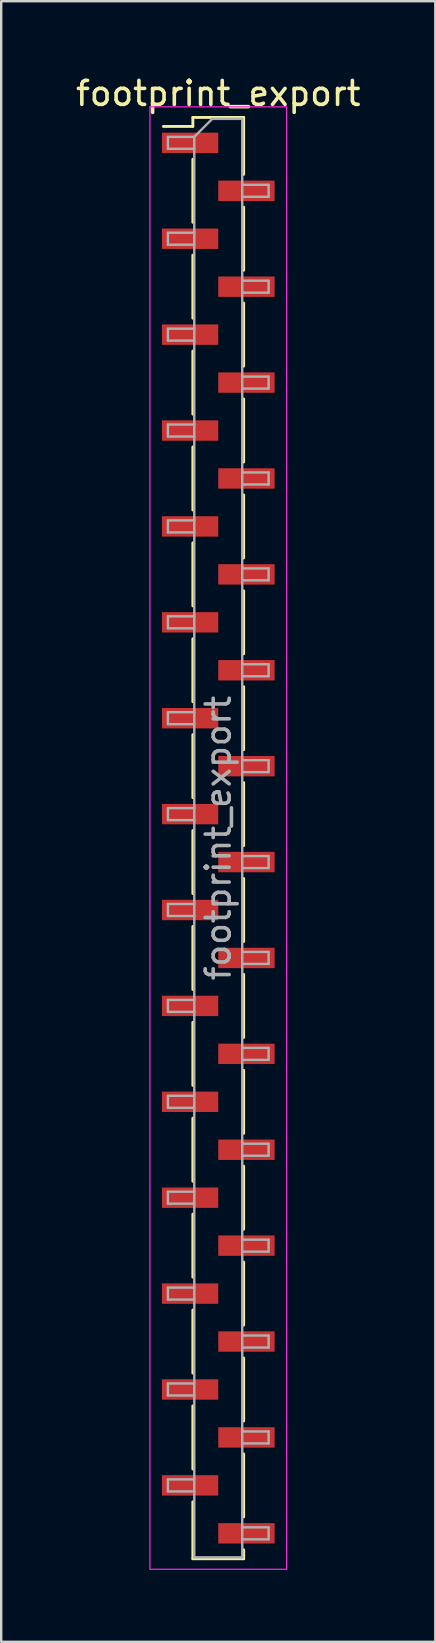
<source format=kicad_pcb>
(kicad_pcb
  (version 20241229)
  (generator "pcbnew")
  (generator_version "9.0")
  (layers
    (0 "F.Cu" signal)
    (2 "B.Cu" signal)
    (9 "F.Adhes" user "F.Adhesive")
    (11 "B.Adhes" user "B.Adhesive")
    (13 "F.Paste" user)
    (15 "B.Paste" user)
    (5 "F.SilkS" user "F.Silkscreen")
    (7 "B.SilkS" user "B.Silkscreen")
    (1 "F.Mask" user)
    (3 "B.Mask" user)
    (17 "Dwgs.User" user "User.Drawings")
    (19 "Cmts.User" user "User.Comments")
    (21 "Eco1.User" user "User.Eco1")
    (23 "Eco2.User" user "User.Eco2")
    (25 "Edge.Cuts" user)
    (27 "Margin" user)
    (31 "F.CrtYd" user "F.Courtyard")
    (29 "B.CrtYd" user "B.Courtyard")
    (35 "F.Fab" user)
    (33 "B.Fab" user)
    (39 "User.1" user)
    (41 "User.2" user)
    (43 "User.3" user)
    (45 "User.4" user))
  (footprint "footprint_export"
    (layer "F.Cu")
    (at 6.054 31.908)
    (property "Reference" "footprint_export" (at 0 -31.06 0) (layer "F.SilkS") (effects (font (size 1 1) (thickness 0.15))))
    (attr smd)
    (fp_line (start -1.06 -30.06) (end -1.06 -29.685) (stroke (width 0.12) (type solid)) (layer "F.SilkS"))
    (fp_line (start -1.06 -30.06) (end 1.06 -30.06) (stroke (width 0.12) (type solid)) (layer "F.SilkS"))
    (fp_line (start -1.06 -29.685) (end -2.29 -29.685) (stroke (width 0.12) (type solid)) (layer "F.SilkS"))
    (fp_line (start -1.06 -28.315) (end -1.06 -25.685) (stroke (width 0.12) (type solid)) (layer "F.SilkS"))
    (fp_line (start -1.06 -24.315) (end -1.06 -21.685) (stroke (width 0.12) (type solid)) (layer "F.SilkS"))
    (fp_line (start -1.06 -20.315) (end -1.06 -17.685) (stroke (width 0.12) (type solid)) (layer "F.SilkS"))
    (fp_line (start -1.06 -16.315) (end -1.06 -13.685) (stroke (width 0.12) (type solid)) (layer "F.SilkS"))
    (fp_line (start -1.06 -12.315) (end -1.06 -9.685) (stroke (width 0.12) (type solid)) (layer "F.SilkS"))
    (fp_line (start -1.06 -8.315) (end -1.06 -5.685) (stroke (width 0.12) (type solid)) (layer "F.SilkS"))
    (fp_line (start -1.06 -4.315) (end -1.06 -1.685) (stroke (width 0.12) (type solid)) (layer "F.SilkS"))
    (fp_line (start -1.06 -0.315) (end -1.06 2.315) (stroke (width 0.12) (type solid)) (layer "F.SilkS"))
    (fp_line (start -1.06 3.685) (end -1.06 6.315) (stroke (width 0.12) (type solid)) (layer "F.SilkS"))
    (fp_line (start -1.06 7.685) (end -1.06 10.315) (stroke (width 0.12) (type solid)) (layer "F.SilkS"))
    (fp_line (start -1.06 11.685) (end -1.06 14.315) (stroke (width 0.12) (type solid)) (layer "F.SilkS"))
    (fp_line (start -1.06 15.685) (end -1.06 18.315) (stroke (width 0.12) (type solid)) (layer "F.SilkS"))
    (fp_line (start -1.06 19.685) (end -1.06 22.315) (stroke (width 0.12) (type solid)) (layer "F.SilkS"))
    (fp_line (start -1.06 23.685) (end -1.06 26.315) (stroke (width 0.12) (type solid)) (layer "F.SilkS"))
    (fp_line (start -1.06 27.685) (end -1.06 30.06) (stroke (width 0.12) (type solid)) (layer "F.SilkS"))
    (fp_line (start -1.06 30.06) (end 1.06 30.06) (stroke (width 0.12) (type solid)) (layer "F.SilkS"))
    (fp_line (start 1.06 -30.06) (end 1.06 -27.685) (stroke (width 0.12) (type solid)) (layer "F.SilkS"))
    (fp_line (start 1.06 -26.315) (end 1.06 -23.685) (stroke (width 0.12) (type solid)) (layer "F.SilkS"))
    (fp_line (start 1.06 -22.315) (end 1.06 -19.685) (stroke (width 0.12) (type solid)) (layer "F.SilkS"))
    (fp_line (start 1.06 -18.315) (end 1.06 -15.685) (stroke (width 0.12) (type solid)) (layer "F.SilkS"))
    (fp_line (start 1.06 -14.315) (end 1.06 -11.685) (stroke (width 0.12) (type solid)) (layer "F.SilkS"))
    (fp_line (start 1.06 -10.315) (end 1.06 -7.685) (stroke (width 0.12) (type solid)) (layer "F.SilkS"))
    (fp_line (start 1.06 -6.315) (end 1.06 -3.685) (stroke (width 0.12) (type solid)) (layer "F.SilkS"))
    (fp_line (start 1.06 -2.315) (end 1.06 0.315) (stroke (width 0.12) (type solid)) (layer "F.SilkS"))
    (fp_line (start 1.06 1.685) (end 1.06 4.315) (stroke (width 0.12) (type solid)) (layer "F.SilkS"))
    (fp_line (start 1.06 5.685) (end 1.06 8.315) (stroke (width 0.12) (type solid)) (layer "F.SilkS"))
    (fp_line (start 1.06 9.685) (end 1.06 12.315) (stroke (width 0.12) (type solid)) (layer "F.SilkS"))
    (fp_line (start 1.06 13.685) (end 1.06 16.315) (stroke (width 0.12) (type solid)) (layer "F.SilkS"))
    (fp_line (start 1.06 17.685) (end 1.06 20.315) (stroke (width 0.12) (type solid)) (layer "F.SilkS"))
    (fp_line (start 1.06 21.685) (end 1.06 24.315) (stroke (width 0.12) (type solid)) (layer "F.SilkS"))
    (fp_line (start 1.06 25.685) (end 1.06 28.315) (stroke (width 0.12) (type solid)) (layer "F.SilkS"))
    (fp_line (start 1.06 29.685) (end 1.06 30.06) (stroke (width 0.12) (type solid)) (layer "F.SilkS"))
    (fp_line (start -2.85 -30.5) (end -2.85 30.5) (stroke (width 0.05) (type solid)) (layer "F.CrtYd"))
    (fp_line (start -2.85 30.5) (end 2.85 30.5) (stroke (width 0.05) (type solid)) (layer "F.CrtYd"))
    (fp_line (start 2.85 -30.5) (end -2.85 -30.5) (stroke (width 0.05) (type solid)) (layer "F.CrtYd"))
    (fp_line (start 2.85 30.5) (end 2.85 -30.5) (stroke (width 0.05) (type solid)) (layer "F.CrtYd"))
    (fp_line (start -2.1 -29.25) (end -2.1 -28.75) (stroke (width 0.1) (type solid)) (layer "F.Fab"))
    (fp_line (start -2.1 -28.75) (end -1 -28.75) (stroke (width 0.1) (type solid)) (layer "F.Fab"))
    (fp_line (start -2.1 -25.25) (end -2.1 -24.75) (stroke (width 0.1) (type solid)) (layer "F.Fab"))
    (fp_line (start -2.1 -24.75) (end -1 -24.75) (stroke (width 0.1) (type solid)) (layer "F.Fab"))
    (fp_line (start -2.1 -21.25) (end -2.1 -20.75) (stroke (width 0.1) (type solid)) (layer "F.Fab"))
    (fp_line (start -2.1 -20.75) (end -1 -20.75) (stroke (width 0.1) (type solid)) (layer "F.Fab"))
    (fp_line (start -2.1 -17.25) (end -2.1 -16.75) (stroke (width 0.1) (type solid)) (layer "F.Fab"))
    (fp_line (start -2.1 -16.75) (end -1 -16.75) (stroke (width 0.1) (type solid)) (layer "F.Fab"))
    (fp_line (start -2.1 -13.25) (end -2.1 -12.75) (stroke (width 0.1) (type solid)) (layer "F.Fab"))
    (fp_line (start -2.1 -12.75) (end -1 -12.75) (stroke (width 0.1) (type solid)) (layer "F.Fab"))
    (fp_line (start -2.1 -9.25) (end -2.1 -8.75) (stroke (width 0.1) (type solid)) (layer "F.Fab"))
    (fp_line (start -2.1 -8.75) (end -1 -8.75) (stroke (width 0.1) (type solid)) (layer "F.Fab"))
    (fp_line (start -2.1 -5.25) (end -2.1 -4.75) (stroke (width 0.1) (type solid)) (layer "F.Fab"))
    (fp_line (start -2.1 -4.75) (end -1 -4.75) (stroke (width 0.1) (type solid)) (layer "F.Fab"))
    (fp_line (start -2.1 -1.25) (end -2.1 -0.75) (stroke (width 0.1) (type solid)) (layer "F.Fab"))
    (fp_line (start -2.1 -0.75) (end -1 -0.75) (stroke (width 0.1) (type solid)) (layer "F.Fab"))
    (fp_line (start -2.1 2.75) (end -2.1 3.25) (stroke (width 0.1) (type solid)) (layer "F.Fab"))
    (fp_line (start -2.1 3.25) (end -1 3.25) (stroke (width 0.1) (type solid)) (layer "F.Fab"))
    (fp_line (start -2.1 6.75) (end -2.1 7.25) (stroke (width 0.1) (type solid)) (layer "F.Fab"))
    (fp_line (start -2.1 7.25) (end -1 7.25) (stroke (width 0.1) (type solid)) (layer "F.Fab"))
    (fp_line (start -2.1 10.75) (end -2.1 11.25) (stroke (width 0.1) (type solid)) (layer "F.Fab"))
    (fp_line (start -2.1 11.25) (end -1 11.25) (stroke (width 0.1) (type solid)) (layer "F.Fab"))
    (fp_line (start -2.1 14.75) (end -2.1 15.25) (stroke (width 0.1) (type solid)) (layer "F.Fab"))
    (fp_line (start -2.1 15.25) (end -1 15.25) (stroke (width 0.1) (type solid)) (layer "F.Fab"))
    (fp_line (start -2.1 18.75) (end -2.1 19.25) (stroke (width 0.1) (type solid)) (layer "F.Fab"))
    (fp_line (start -2.1 19.25) (end -1 19.25) (stroke (width 0.1) (type solid)) (layer "F.Fab"))
    (fp_line (start -2.1 22.75) (end -2.1 23.25) (stroke (width 0.1) (type solid)) (layer "F.Fab"))
    (fp_line (start -2.1 23.25) (end -1 23.25) (stroke (width 0.1) (type solid)) (layer "F.Fab"))
    (fp_line (start -2.1 26.75) (end -2.1 27.25) (stroke (width 0.1) (type solid)) (layer "F.Fab"))
    (fp_line (start -2.1 27.25) (end -1 27.25) (stroke (width 0.1) (type solid)) (layer "F.Fab"))
    (fp_line (start -1 -29.25) (end -2.1 -29.25) (stroke (width 0.1) (type solid)) (layer "F.Fab"))
    (fp_line (start -1 -29.25) (end -0.25 -30) (stroke (width 0.1) (type solid)) (layer "F.Fab"))
    (fp_line (start -1 -25.25) (end -2.1 -25.25) (stroke (width 0.1) (type solid)) (layer "F.Fab"))
    (fp_line (start -1 -21.25) (end -2.1 -21.25) (stroke (width 0.1) (type solid)) (layer "F.Fab"))
    (fp_line (start -1 -17.25) (end -2.1 -17.25) (stroke (width 0.1) (type solid)) (layer "F.Fab"))
    (fp_line (start -1 -13.25) (end -2.1 -13.25) (stroke (width 0.1) (type solid)) (layer "F.Fab"))
    (fp_line (start -1 -9.25) (end -2.1 -9.25) (stroke (width 0.1) (type solid)) (layer "F.Fab"))
    (fp_line (start -1 -5.25) (end -2.1 -5.25) (stroke (width 0.1) (type solid)) (layer "F.Fab"))
    (fp_line (start -1 -1.25) (end -2.1 -1.25) (stroke (width 0.1) (type solid)) (layer "F.Fab"))
    (fp_line (start -1 2.75) (end -2.1 2.75) (stroke (width 0.1) (type solid)) (layer "F.Fab"))
    (fp_line (start -1 6.75) (end -2.1 6.75) (stroke (width 0.1) (type solid)) (layer "F.Fab"))
    (fp_line (start -1 10.75) (end -2.1 10.75) (stroke (width 0.1) (type solid)) (layer "F.Fab"))
    (fp_line (start -1 14.75) (end -2.1 14.75) (stroke (width 0.1) (type solid)) (layer "F.Fab"))
    (fp_line (start -1 18.75) (end -2.1 18.75) (stroke (width 0.1) (type solid)) (layer "F.Fab"))
    (fp_line (start -1 22.75) (end -2.1 22.75) (stroke (width 0.1) (type solid)) (layer "F.Fab"))
    (fp_line (start -1 26.75) (end -2.1 26.75) (stroke (width 0.1) (type solid)) (layer "F.Fab"))
    (fp_line (start -1 30) (end -1 -29.25) (stroke (width 0.1) (type solid)) (layer "F.Fab"))
    (fp_line (start -0.25 -30) (end 1 -30) (stroke (width 0.1) (type solid)) (layer "F.Fab"))
    (fp_line (start 1 -30) (end 1 30) (stroke (width 0.1) (type solid)) (layer "F.Fab"))
    (fp_line (start 1 -27.25) (end 2.1 -27.25) (stroke (width 0.1) (type solid)) (layer "F.Fab"))
    (fp_line (start 1 -23.25) (end 2.1 -23.25) (stroke (width 0.1) (type solid)) (layer "F.Fab"))
    (fp_line (start 1 -19.25) (end 2.1 -19.25) (stroke (width 0.1) (type solid)) (layer "F.Fab"))
    (fp_line (start 1 -15.25) (end 2.1 -15.25) (stroke (width 0.1) (type solid)) (layer "F.Fab"))
    (fp_line (start 1 -11.25) (end 2.1 -11.25) (stroke (width 0.1) (type solid)) (layer "F.Fab"))
    (fp_line (start 1 -7.25) (end 2.1 -7.25) (stroke (width 0.1) (type solid)) (layer "F.Fab"))
    (fp_line (start 1 -3.25) (end 2.1 -3.25) (stroke (width 0.1) (type solid)) (layer "F.Fab"))
    (fp_line (start 1 0.75) (end 2.1 0.75) (stroke (width 0.1) (type solid)) (layer "F.Fab"))
    (fp_line (start 1 4.75) (end 2.1 4.75) (stroke (width 0.1) (type solid)) (layer "F.Fab"))
    (fp_line (start 1 8.75) (end 2.1 8.75) (stroke (width 0.1) (type solid)) (layer "F.Fab"))
    (fp_line (start 1 12.75) (end 2.1 12.75) (stroke (width 0.1) (type solid)) (layer "F.Fab"))
    (fp_line (start 1 16.75) (end 2.1 16.75) (stroke (width 0.1) (type solid)) (layer "F.Fab"))
    (fp_line (start 1 20.75) (end 2.1 20.75) (stroke (width 0.1) (type solid)) (layer "F.Fab"))
    (fp_line (start 1 24.75) (end 2.1 24.75) (stroke (width 0.1) (type solid)) (layer "F.Fab"))
    (fp_line (start 1 28.75) (end 2.1 28.75) (stroke (width 0.1) (type solid)) (layer "F.Fab"))
    (fp_line (start 1 30) (end -1 30) (stroke (width 0.1) (type solid)) (layer "F.Fab"))
    (fp_line (start 2.1 -27.25) (end 2.1 -26.75) (stroke (width 0.1) (type solid)) (layer "F.Fab"))
    (fp_line (start 2.1 -26.75) (end 1 -26.75) (stroke (width 0.1) (type solid)) (layer "F.Fab"))
    (fp_line (start 2.1 -23.25) (end 2.1 -22.75) (stroke (width 0.1) (type solid)) (layer "F.Fab"))
    (fp_line (start 2.1 -22.75) (end 1 -22.75) (stroke (width 0.1) (type solid)) (layer "F.Fab"))
    (fp_line (start 2.1 -19.25) (end 2.1 -18.75) (stroke (width 0.1) (type solid)) (layer "F.Fab"))
    (fp_line (start 2.1 -18.75) (end 1 -18.75) (stroke (width 0.1) (type solid)) (layer "F.Fab"))
    (fp_line (start 2.1 -15.25) (end 2.1 -14.75) (stroke (width 0.1) (type solid)) (layer "F.Fab"))
    (fp_line (start 2.1 -14.75) (end 1 -14.75) (stroke (width 0.1) (type solid)) (layer "F.Fab"))
    (fp_line (start 2.1 -11.25) (end 2.1 -10.75) (stroke (width 0.1) (type solid)) (layer "F.Fab"))
    (fp_line (start 2.1 -10.75) (end 1 -10.75) (stroke (width 0.1) (type solid)) (layer "F.Fab"))
    (fp_line (start 2.1 -7.25) (end 2.1 -6.75) (stroke (width 0.1) (type solid)) (layer "F.Fab"))
    (fp_line (start 2.1 -6.75) (end 1 -6.75) (stroke (width 0.1) (type solid)) (layer "F.Fab"))
    (fp_line (start 2.1 -3.25) (end 2.1 -2.75) (stroke (width 0.1) (type solid)) (layer "F.Fab"))
    (fp_line (start 2.1 -2.75) (end 1 -2.75) (stroke (width 0.1) (type solid)) (layer "F.Fab"))
    (fp_line (start 2.1 0.75) (end 2.1 1.25) (stroke (width 0.1) (type solid)) (layer "F.Fab"))
    (fp_line (start 2.1 1.25) (end 1 1.25) (stroke (width 0.1) (type solid)) (layer "F.Fab"))
    (fp_line (start 2.1 4.75) (end 2.1 5.25) (stroke (width 0.1) (type solid)) (layer "F.Fab"))
    (fp_line (start 2.1 5.25) (end 1 5.25) (stroke (width 0.1) (type solid)) (layer "F.Fab"))
    (fp_line (start 2.1 8.75) (end 2.1 9.25) (stroke (width 0.1) (type solid)) (layer "F.Fab"))
    (fp_line (start 2.1 9.25) (end 1 9.25) (stroke (width 0.1) (type solid)) (layer "F.Fab"))
    (fp_line (start 2.1 12.75) (end 2.1 13.25) (stroke (width 0.1) (type solid)) (layer "F.Fab"))
    (fp_line (start 2.1 13.25) (end 1 13.25) (stroke (width 0.1) (type solid)) (layer "F.Fab"))
    (fp_line (start 2.1 16.75) (end 2.1 17.25) (stroke (width 0.1) (type solid)) (layer "F.Fab"))
    (fp_line (start 2.1 17.25) (end 1 17.25) (stroke (width 0.1) (type solid)) (layer "F.Fab"))
    (fp_line (start 2.1 20.75) (end 2.1 21.25) (stroke (width 0.1) (type solid)) (layer "F.Fab"))
    (fp_line (start 2.1 21.25) (end 1 21.25) (stroke (width 0.1) (type solid)) (layer "F.Fab"))
    (fp_line (start 2.1 24.75) (end 2.1 25.25) (stroke (width 0.1) (type solid)) (layer "F.Fab"))
    (fp_line (start 2.1 25.25) (end 1 25.25) (stroke (width 0.1) (type solid)) (layer "F.Fab"))
    (fp_line (start 2.1 28.75) (end 2.1 29.25) (stroke (width 0.1) (type solid)) (layer "F.Fab"))
    (fp_line (start 2.1 29.25) (end 1 29.25) (stroke (width 0.1) (type solid)) (layer "F.Fab"))
    (fp_text user "${REFERENCE}" (at 0 0 90) (layer "F.Fab") (effects (font (size 1 1) (thickness 0.15))))
    (pad "1" smd rect (at -1.175 -29) (size 2.35 0.85) (layers "F.Cu" "F.Mask" "F.Paste"))
    (pad "2" smd rect (at 1.175 -27) (size 2.35 0.85) (layers "F.Cu" "F.Mask" "F.Paste"))
    (pad "3" smd rect (at -1.175 -25) (size 2.35 0.85) (layers "F.Cu" "F.Mask" "F.Paste"))
    (pad "4" smd rect (at 1.175 -23) (size 2.35 0.85) (layers "F.Cu" "F.Mask" "F.Paste"))
    (pad "5" smd rect (at -1.175 -21) (size 2.35 0.85) (layers "F.Cu" "F.Mask" "F.Paste"))
    (pad "6" smd rect (at 1.175 -19) (size 2.35 0.85) (layers "F.Cu" "F.Mask" "F.Paste"))
    (pad "7" smd rect (at -1.175 -17) (size 2.35 0.85) (layers "F.Cu" "F.Mask" "F.Paste"))
    (pad "8" smd rect (at 1.175 -15) (size 2.35 0.85) (layers "F.Cu" "F.Mask" "F.Paste"))
    (pad "9" smd rect (at -1.175 -13) (size 2.35 0.85) (layers "F.Cu" "F.Mask" "F.Paste"))
    (pad "10" smd rect (at 1.175 -11) (size 2.35 0.85) (layers "F.Cu" "F.Mask" "F.Paste"))
    (pad "11" smd rect (at -1.175 -9) (size 2.35 0.85) (layers "F.Cu" "F.Mask" "F.Paste"))
    (pad "12" smd rect (at 1.175 -7) (size 2.35 0.85) (layers "F.Cu" "F.Mask" "F.Paste"))
    (pad "13" smd rect (at -1.175 -5) (size 2.35 0.85) (layers "F.Cu" "F.Mask" "F.Paste"))
    (pad "14" smd rect (at 1.175 -3) (size 2.35 0.85) (layers "F.Cu" "F.Mask" "F.Paste"))
    (pad "15" smd rect (at -1.175 -1) (size 2.35 0.85) (layers "F.Cu" "F.Mask" "F.Paste"))
    (pad "16" smd rect (at 1.175 1) (size 2.35 0.85) (layers "F.Cu" "F.Mask" "F.Paste"))
    (pad "17" smd rect (at -1.175 3) (size 2.35 0.85) (layers "F.Cu" "F.Mask" "F.Paste"))
    (pad "18" smd rect (at 1.175 5) (size 2.35 0.85) (layers "F.Cu" "F.Mask" "F.Paste"))
    (pad "19" smd rect (at -1.175 7) (size 2.35 0.85) (layers "F.Cu" "F.Mask" "F.Paste"))
    (pad "20" smd rect (at 1.175 9) (size 2.35 0.85) (layers "F.Cu" "F.Mask" "F.Paste"))
    (pad "21" smd rect (at -1.175 11) (size 2.35 0.85) (layers "F.Cu" "F.Mask" "F.Paste"))
    (pad "22" smd rect (at 1.175 13) (size 2.35 0.85) (layers "F.Cu" "F.Mask" "F.Paste"))
    (pad "23" smd rect (at -1.175 15) (size 2.35 0.85) (layers "F.Cu" "F.Mask" "F.Paste"))
    (pad "24" smd rect (at 1.175 17) (size 2.35 0.85) (layers "F.Cu" "F.Mask" "F.Paste"))
    (pad "25" smd rect (at -1.175 19) (size 2.35 0.85) (layers "F.Cu" "F.Mask" "F.Paste"))
    (pad "26" smd rect (at 1.175 21) (size 2.35 0.85) (layers "F.Cu" "F.Mask" "F.Paste"))
    (pad "27" smd rect (at -1.175 23) (size 2.35 0.85) (layers "F.Cu" "F.Mask" "F.Paste"))
    (pad "28" smd rect (at 1.175 25) (size 2.35 0.85) (layers "F.Cu" "F.Mask" "F.Paste"))
    (pad "29" smd rect (at -1.175 27) (size 2.35 0.85) (layers "F.Cu" "F.Mask" "F.Paste"))
    (pad "30" smd rect (at 1.175 29) (size 2.35 0.85) (layers "F.Cu" "F.Mask" "F.Paste")))
  (gr_rect
    (start -3 -3)
    (end 15.107 65.433)
    (stroke (width 0.1) (type default))
    (fill no)
    (layer "Edge.Cuts")))
</source>
